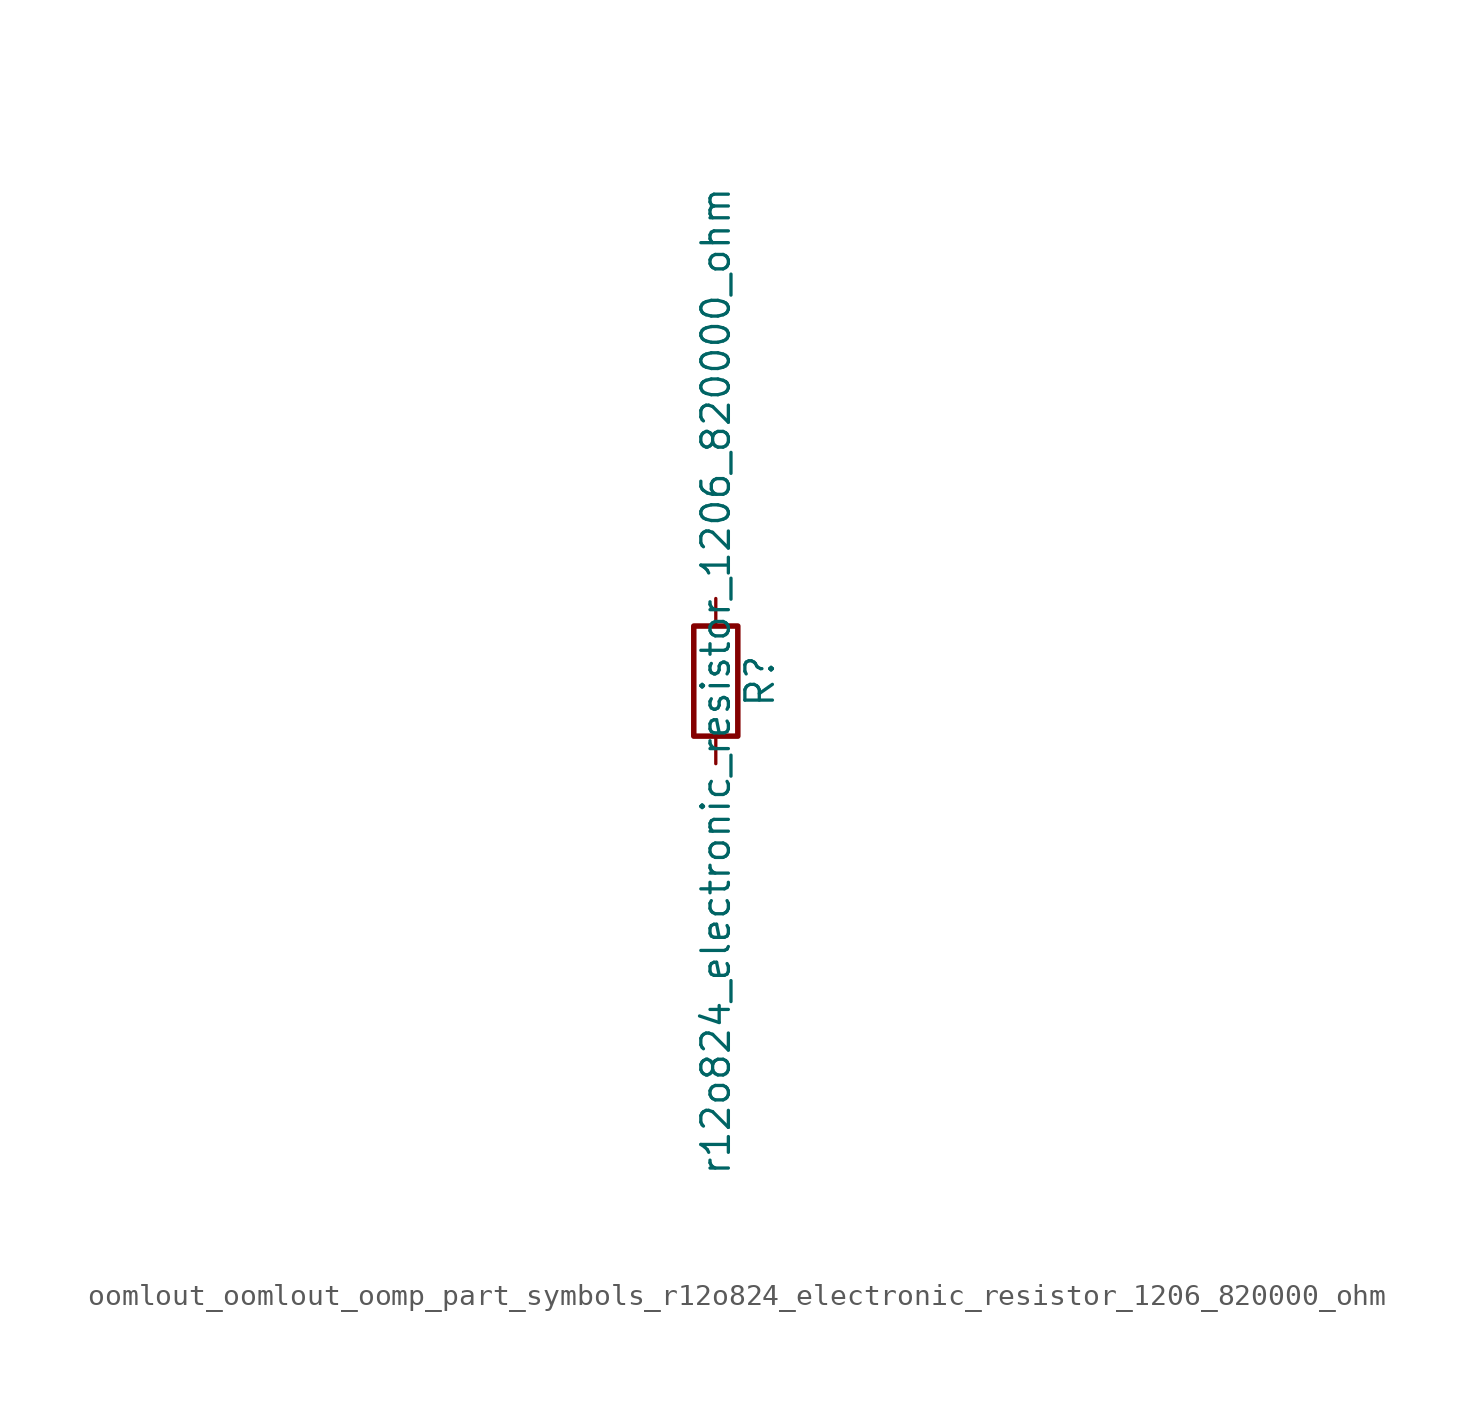
<source format=kicad_sym>
(kicad_symbol_lib
  (version 20220914)
  (generator kicad_symbol_editor)
  (symbol "oomlout_oomlout_oomp_part_symbols_r12o824_electronic_resistor_1206_820000_ohm"
    (pin_numbers hide)
    (pin_names
      (offset 0))
    (property "Reference" "R"
      (at 2.032 0 90)
      (effects (font (size 1.27 1.27))))
    (property "Value" "r12o824_electronic_resistor_1206_820000_ohm"
      (at 0 0 90)
      (effects (font (size 1.27 1.27))))
    (symbol "oomlout_oomlout_oomp_part_symbols_r12o824_electronic_resistor_1206_820000_ohm_0_1"
      (rectangle (start -1.016 -2.54) (end 1.016 2.54) (stroke (width 0.254) (type default)) (fill (type none))))
    (symbol "oomlout_oomlout_oomp_part_symbols_r12o824_electronic_resistor_1206_820000_ohm_1_1"
      (pin passive line (at 0 3.81 270) (length 1.27) (name "~" (effects (font (size 1.27 1.27)))) (number "1" (effects (font (size 1.27 1.27)))))
      (pin passive line (at 0 -3.81 90) (length 1.27) (name "~" (effects (font (size 1.27 1.27)))) (number "2" (effects (font (size 1.27 1.27))))))))
</source>
